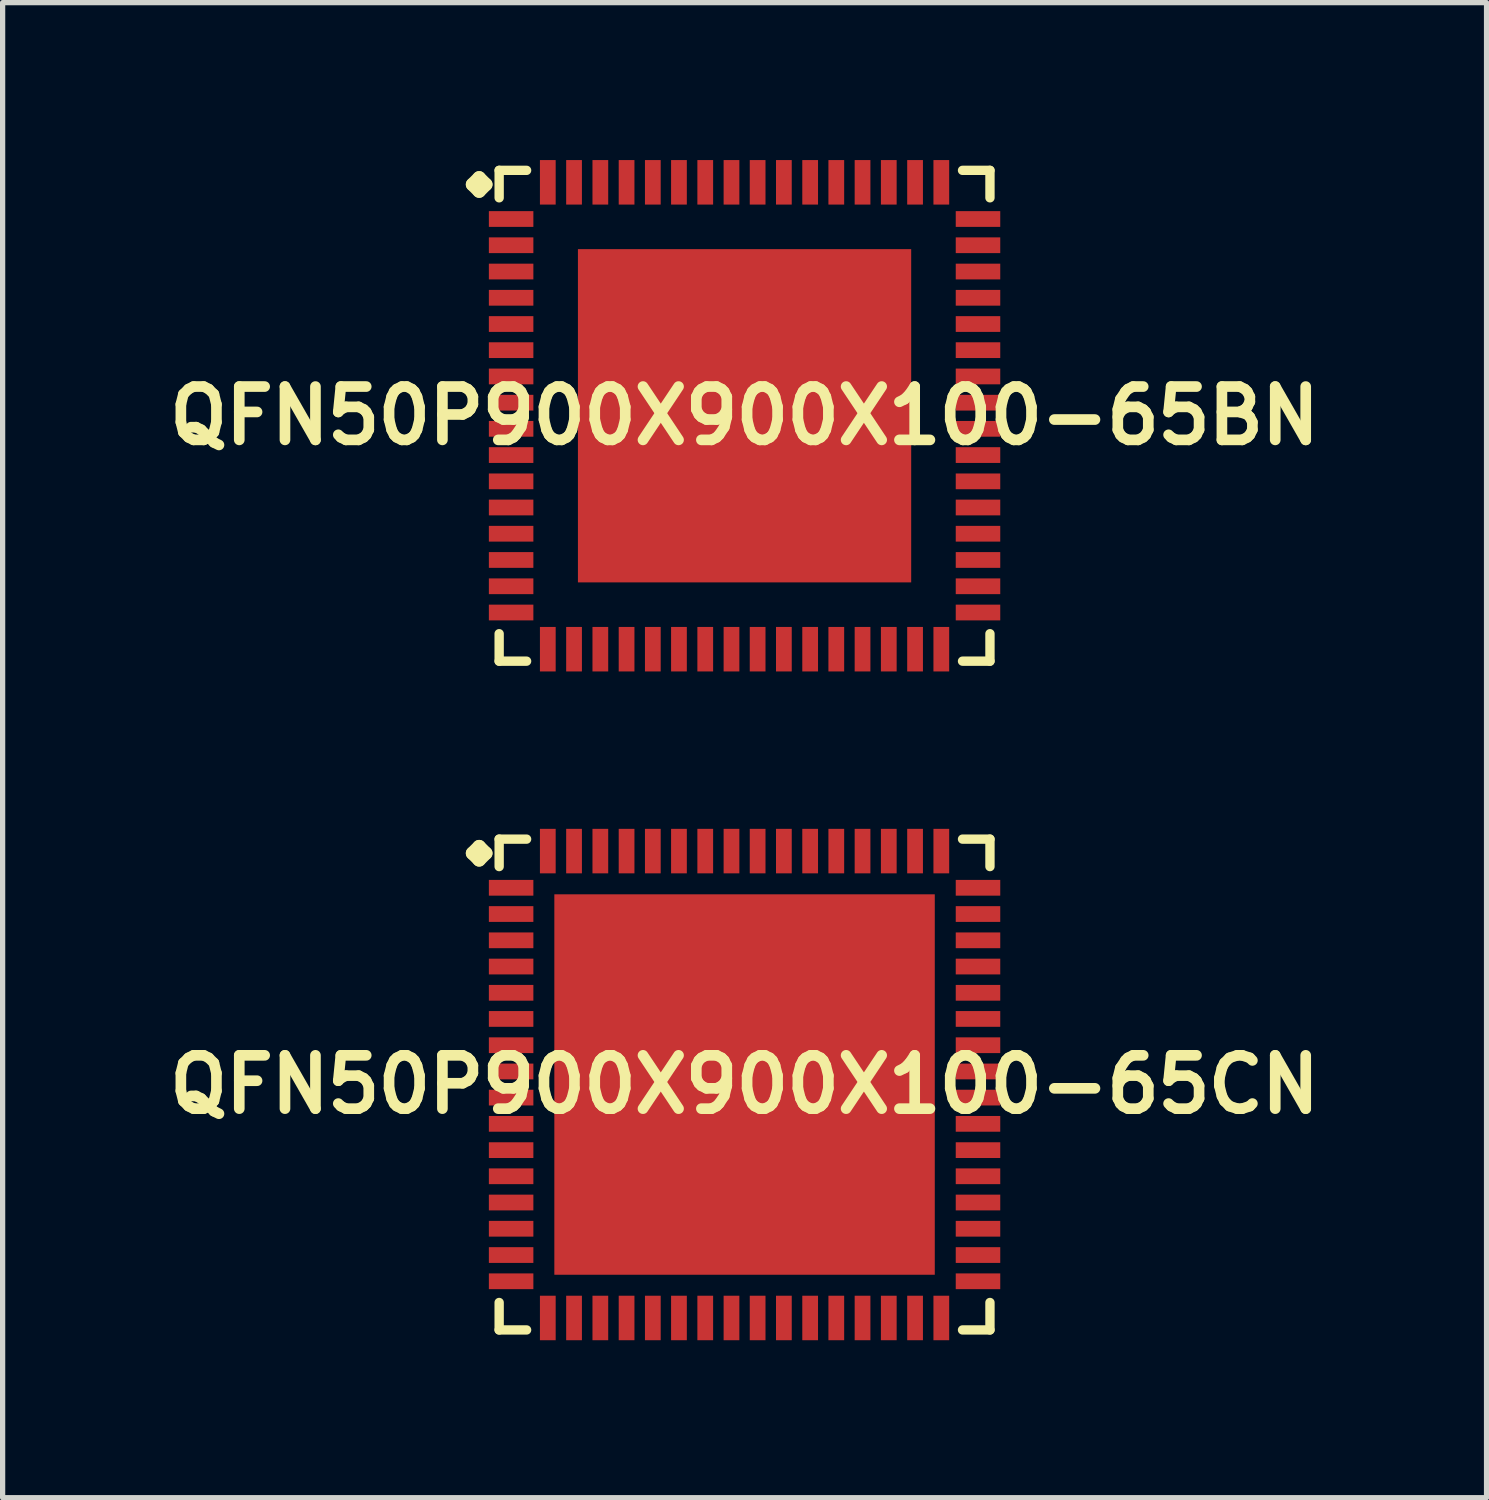
<source format=kicad_pcb>
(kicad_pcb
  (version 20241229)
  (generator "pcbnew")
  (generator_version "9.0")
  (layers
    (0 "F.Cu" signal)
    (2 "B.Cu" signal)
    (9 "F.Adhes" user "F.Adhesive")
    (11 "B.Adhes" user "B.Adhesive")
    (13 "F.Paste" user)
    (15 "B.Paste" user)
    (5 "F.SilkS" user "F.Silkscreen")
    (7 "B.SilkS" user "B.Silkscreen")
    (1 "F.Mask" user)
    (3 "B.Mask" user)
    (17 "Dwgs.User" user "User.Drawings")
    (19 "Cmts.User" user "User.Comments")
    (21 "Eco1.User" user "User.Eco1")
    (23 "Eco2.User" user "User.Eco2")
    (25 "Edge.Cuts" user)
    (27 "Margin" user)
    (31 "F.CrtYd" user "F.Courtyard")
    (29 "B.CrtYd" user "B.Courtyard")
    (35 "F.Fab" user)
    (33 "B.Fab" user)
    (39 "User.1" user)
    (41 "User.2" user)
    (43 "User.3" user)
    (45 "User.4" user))
  (footprint "QFN50P900X900X100-65CN"
    (layer "F.Cu")
    (at 11.137 17.615)
    (property "Reference" "QFN50P900X900X100-65CN" (at 0 0 0) (layer "F.SilkS") (effects (font (size 1.016 1.016) (thickness 0.203))))
    (attr smd)
    (fp_line (start -5.184 -4.407) (end -5.057 -4.534) (stroke (width 0.254) (type solid)) (layer "F.SilkS"))
    (fp_line (start -5.057 -4.534) (end -4.93 -4.407) (stroke (width 0.254) (type solid)) (layer "F.SilkS"))
    (fp_line (start -5.057 -4.28) (end -5.184 -4.407) (stroke (width 0.254) (type solid)) (layer "F.SilkS"))
    (fp_line (start -4.93 -4.407) (end -5.057 -4.28) (stroke (width 0.254) (type solid)) (layer "F.SilkS"))
    (fp_line (start -4.676 -4.676) (end -4.153 -4.676) (stroke (width 0.178) (type solid)) (layer "F.SilkS"))
    (fp_line (start -4.676 -4.153) (end -4.676 -4.676) (stroke (width 0.178) (type solid)) (layer "F.SilkS"))
    (fp_line (start -4.676 4.153) (end -4.676 4.676) (stroke (width 0.178) (type solid)) (layer "F.SilkS"))
    (fp_line (start -4.676 4.676) (end -4.153 4.676) (stroke (width 0.178) (type solid)) (layer "F.SilkS"))
    (fp_line (start 4.153 -4.676) (end 4.676 -4.676) (stroke (width 0.178) (type solid)) (layer "F.SilkS"))
    (fp_line (start 4.153 4.676) (end 4.676 4.676) (stroke (width 0.178) (type solid)) (layer "F.SilkS"))
    (fp_line (start 4.676 -4.676) (end 4.676 -4.153) (stroke (width 0.178) (type solid)) (layer "F.SilkS"))
    (fp_line (start 4.676 4.676) (end 4.676 4.153) (stroke (width 0.178) (type solid)) (layer "F.SilkS"))
    (pad "1" smd rect (at -4.448 -3.749) (size 0.848 0.3) (layers "F.Cu" "F.Mask" "F.Paste"))
    (pad "2" smd rect (at -4.448 -3.249) (size 0.848 0.3) (layers "F.Cu" "F.Mask" "F.Paste"))
    (pad "3" smd rect (at -4.448 -2.748) (size 0.848 0.3) (layers "F.Cu" "F.Mask" "F.Paste"))
    (pad "4" smd rect (at -4.448 -2.248) (size 0.848 0.3) (layers "F.Cu" "F.Mask" "F.Paste"))
    (pad "5" smd rect (at -4.448 -1.748) (size 0.848 0.3) (layers "F.Cu" "F.Mask" "F.Paste"))
    (pad "6" smd rect (at -4.448 -1.25) (size 0.848 0.3) (layers "F.Cu" "F.Mask" "F.Paste"))
    (pad "7" smd rect (at -4.448 -0.749) (size 0.848 0.3) (layers "F.Cu" "F.Mask" "F.Paste"))
    (pad "8" smd rect (at -4.448 -0.249) (size 0.848 0.3) (layers "F.Cu" "F.Mask" "F.Paste"))
    (pad "9" smd rect (at -4.448 0.249) (size 0.848 0.3) (layers "F.Cu" "F.Mask" "F.Paste"))
    (pad "10" smd rect (at -4.448 0.749) (size 0.848 0.3) (layers "F.Cu" "F.Mask" "F.Paste"))
    (pad "11" smd rect (at -4.448 1.25) (size 0.848 0.3) (layers "F.Cu" "F.Mask" "F.Paste"))
    (pad "12" smd rect (at -4.448 1.748) (size 0.848 0.3) (layers "F.Cu" "F.Mask" "F.Paste"))
    (pad "13" smd rect (at -4.448 2.248) (size 0.848 0.3) (layers "F.Cu" "F.Mask" "F.Paste"))
    (pad "14" smd rect (at -4.448 2.748) (size 0.848 0.3) (layers "F.Cu" "F.Mask" "F.Paste"))
    (pad "15" smd rect (at -4.448 3.249) (size 0.848 0.3) (layers "F.Cu" "F.Mask" "F.Paste"))
    (pad "16" smd rect (at -4.448 3.749) (size 0.848 0.3) (layers "F.Cu" "F.Mask" "F.Paste"))
    (pad "17" smd rect (at -3.749 4.448) (size 0.3 0.848) (layers "F.Cu" "F.Mask" "F.Paste"))
    (pad "18" smd rect (at -3.249 4.448) (size 0.3 0.848) (layers "F.Cu" "F.Mask" "F.Paste"))
    (pad "19" smd rect (at -2.748 4.448) (size 0.3 0.848) (layers "F.Cu" "F.Mask" "F.Paste"))
    (pad "20" smd rect (at -2.248 4.448) (size 0.3 0.848) (layers "F.Cu" "F.Mask" "F.Paste"))
    (pad "21" smd rect (at -1.748 4.448) (size 0.3 0.848) (layers "F.Cu" "F.Mask" "F.Paste"))
    (pad "22" smd rect (at -1.25 4.448) (size 0.3 0.848) (layers "F.Cu" "F.Mask" "F.Paste"))
    (pad "23" smd rect (at -0.749 4.448) (size 0.3 0.848) (layers "F.Cu" "F.Mask" "F.Paste"))
    (pad "24" smd rect (at -0.249 4.448) (size 0.3 0.848) (layers "F.Cu" "F.Mask" "F.Paste"))
    (pad "25" smd rect (at 0.249 4.448) (size 0.3 0.848) (layers "F.Cu" "F.Mask" "F.Paste"))
    (pad "26" smd rect (at 0.749 4.448) (size 0.3 0.848) (layers "F.Cu" "F.Mask" "F.Paste"))
    (pad "27" smd rect (at 1.25 4.448) (size 0.3 0.848) (layers "F.Cu" "F.Mask" "F.Paste"))
    (pad "28" smd rect (at 1.748 4.448) (size 0.3 0.848) (layers "F.Cu" "F.Mask" "F.Paste"))
    (pad "29" smd rect (at 2.248 4.448) (size 0.3 0.848) (layers "F.Cu" "F.Mask" "F.Paste"))
    (pad "30" smd rect (at 2.748 4.448) (size 0.3 0.848) (layers "F.Cu" "F.Mask" "F.Paste"))
    (pad "31" smd rect (at 3.249 4.448) (size 0.3 0.848) (layers "F.Cu" "F.Mask" "F.Paste"))
    (pad "32" smd rect (at 3.749 4.448) (size 0.3 0.848) (layers "F.Cu" "F.Mask" "F.Paste"))
    (pad "33" smd rect (at 4.448 3.749) (size 0.848 0.3) (layers "F.Cu" "F.Mask" "F.Paste"))
    (pad "34" smd rect (at 4.448 3.249) (size 0.848 0.3) (layers "F.Cu" "F.Mask" "F.Paste"))
    (pad "35" smd rect (at 4.448 2.748) (size 0.848 0.3) (layers "F.Cu" "F.Mask" "F.Paste"))
    (pad "36" smd rect (at 4.448 2.248) (size 0.848 0.3) (layers "F.Cu" "F.Mask" "F.Paste"))
    (pad "37" smd rect (at 4.448 1.748) (size 0.848 0.3) (layers "F.Cu" "F.Mask" "F.Paste"))
    (pad "38" smd rect (at 4.448 1.25) (size 0.848 0.3) (layers "F.Cu" "F.Mask" "F.Paste"))
    (pad "39" smd rect (at 4.448 0.749) (size 0.848 0.3) (layers "F.Cu" "F.Mask" "F.Paste"))
    (pad "40" smd rect (at 4.448 0.249) (size 0.848 0.3) (layers "F.Cu" "F.Mask" "F.Paste"))
    (pad "41" smd rect (at 4.448 -0.249) (size 0.848 0.3) (layers "F.Cu" "F.Mask" "F.Paste"))
    (pad "42" smd rect (at 4.448 -0.749) (size 0.848 0.3) (layers "F.Cu" "F.Mask" "F.Paste"))
    (pad "43" smd rect (at 4.448 -1.25) (size 0.848 0.3) (layers "F.Cu" "F.Mask" "F.Paste"))
    (pad "44" smd rect (at 4.448 -1.748) (size 0.848 0.3) (layers "F.Cu" "F.Mask" "F.Paste"))
    (pad "45" smd rect (at 4.448 -2.248) (size 0.848 0.3) (layers "F.Cu" "F.Mask" "F.Paste"))
    (pad "46" smd rect (at 4.448 -2.748) (size 0.848 0.3) (layers "F.Cu" "F.Mask" "F.Paste"))
    (pad "47" smd rect (at 4.448 -3.249) (size 0.848 0.3) (layers "F.Cu" "F.Mask" "F.Paste"))
    (pad "48" smd rect (at 4.448 -3.749) (size 0.848 0.3) (layers "F.Cu" "F.Mask" "F.Paste"))
    (pad "49" smd rect (at 3.749 -4.448) (size 0.3 0.848) (layers "F.Cu" "F.Mask" "F.Paste"))
    (pad "50" smd rect (at 3.249 -4.448) (size 0.3 0.848) (layers "F.Cu" "F.Mask" "F.Paste"))
    (pad "51" smd rect (at 2.748 -4.448) (size 0.3 0.848) (layers "F.Cu" "F.Mask" "F.Paste"))
    (pad "52" smd rect (at 2.248 -4.448) (size 0.3 0.848) (layers "F.Cu" "F.Mask" "F.Paste"))
    (pad "53" smd rect (at 1.748 -4.448) (size 0.3 0.848) (layers "F.Cu" "F.Mask" "F.Paste"))
    (pad "54" smd rect (at 1.25 -4.448) (size 0.3 0.848) (layers "F.Cu" "F.Mask" "F.Paste"))
    (pad "55" smd rect (at 0.749 -4.448) (size 0.3 0.848) (layers "F.Cu" "F.Mask" "F.Paste"))
    (pad "56" smd rect (at 0.249 -4.448) (size 0.3 0.848) (layers "F.Cu" "F.Mask" "F.Paste"))
    (pad "57" smd rect (at -0.249 -4.448) (size 0.3 0.848) (layers "F.Cu" "F.Mask" "F.Paste"))
    (pad "58" smd rect (at -0.749 -4.448) (size 0.3 0.848) (layers "F.Cu" "F.Mask" "F.Paste"))
    (pad "59" smd rect (at -1.25 -4.448) (size 0.3 0.848) (layers "F.Cu" "F.Mask" "F.Paste"))
    (pad "60" smd rect (at -1.748 -4.448) (size 0.3 0.848) (layers "F.Cu" "F.Mask" "F.Paste"))
    (pad "61" smd rect (at -2.248 -4.448) (size 0.3 0.848) (layers "F.Cu" "F.Mask" "F.Paste"))
    (pad "62" smd rect (at -2.748 -4.448) (size 0.3 0.848) (layers "F.Cu" "F.Mask" "F.Paste"))
    (pad "63" smd rect (at -3.249 -4.448) (size 0.3 0.848) (layers "F.Cu" "F.Mask" "F.Paste"))
    (pad "64" smd rect (at -3.749 -4.448) (size 0.3 0.848) (layers "F.Cu" "F.Mask" "F.Paste"))
    (pad "65" smd rect (at 0 0) (size 7.249 7.249) (layers "F.Cu" "F.Mask" "F.Paste")))
  (footprint "QFN50P900X900X100-65BN"
    (layer "F.Cu")
    (at 11.137 4.872)
    (property "Reference" "QFN50P900X900X100-65BN" (at 0 0 0) (layer "F.SilkS") (effects (font (size 1.016 1.016) (thickness 0.203))))
    (attr smd)
    (fp_line (start -5.184 -4.407) (end -5.057 -4.534) (stroke (width 0.254) (type solid)) (layer "F.SilkS"))
    (fp_line (start -5.057 -4.534) (end -4.93 -4.407) (stroke (width 0.254) (type solid)) (layer "F.SilkS"))
    (fp_line (start -5.057 -4.28) (end -5.184 -4.407) (stroke (width 0.254) (type solid)) (layer "F.SilkS"))
    (fp_line (start -4.93 -4.407) (end -5.057 -4.28) (stroke (width 0.254) (type solid)) (layer "F.SilkS"))
    (fp_line (start -4.676 -4.676) (end -4.153 -4.676) (stroke (width 0.178) (type solid)) (layer "F.SilkS"))
    (fp_line (start -4.676 -4.153) (end -4.676 -4.676) (stroke (width 0.178) (type solid)) (layer "F.SilkS"))
    (fp_line (start -4.676 4.153) (end -4.676 4.676) (stroke (width 0.178) (type solid)) (layer "F.SilkS"))
    (fp_line (start -4.676 4.676) (end -4.153 4.676) (stroke (width 0.178) (type solid)) (layer "F.SilkS"))
    (fp_line (start 4.153 -4.676) (end 4.676 -4.676) (stroke (width 0.178) (type solid)) (layer "F.SilkS"))
    (fp_line (start 4.153 4.676) (end 4.676 4.676) (stroke (width 0.178) (type solid)) (layer "F.SilkS"))
    (fp_line (start 4.676 -4.676) (end 4.676 -4.153) (stroke (width 0.178) (type solid)) (layer "F.SilkS"))
    (fp_line (start 4.676 4.676) (end 4.676 4.153) (stroke (width 0.178) (type solid)) (layer "F.SilkS"))
    (pad "1" smd rect (at -4.448 -3.749) (size 0.848 0.3) (layers "F.Cu" "F.Mask" "F.Paste"))
    (pad "2" smd rect (at -4.448 -3.249) (size 0.848 0.3) (layers "F.Cu" "F.Mask" "F.Paste"))
    (pad "3" smd rect (at -4.448 -2.748) (size 0.848 0.3) (layers "F.Cu" "F.Mask" "F.Paste"))
    (pad "4" smd rect (at -4.448 -2.248) (size 0.848 0.3) (layers "F.Cu" "F.Mask" "F.Paste"))
    (pad "5" smd rect (at -4.448 -1.748) (size 0.848 0.3) (layers "F.Cu" "F.Mask" "F.Paste"))
    (pad "6" smd rect (at -4.448 -1.25) (size 0.848 0.3) (layers "F.Cu" "F.Mask" "F.Paste"))
    (pad "7" smd rect (at -4.448 -0.749) (size 0.848 0.3) (layers "F.Cu" "F.Mask" "F.Paste"))
    (pad "8" smd rect (at -4.448 -0.249) (size 0.848 0.3) (layers "F.Cu" "F.Mask" "F.Paste"))
    (pad "9" smd rect (at -4.448 0.249) (size 0.848 0.3) (layers "F.Cu" "F.Mask" "F.Paste"))
    (pad "10" smd rect (at -4.448 0.749) (size 0.848 0.3) (layers "F.Cu" "F.Mask" "F.Paste"))
    (pad "11" smd rect (at -4.448 1.25) (size 0.848 0.3) (layers "F.Cu" "F.Mask" "F.Paste"))
    (pad "12" smd rect (at -4.448 1.748) (size 0.848 0.3) (layers "F.Cu" "F.Mask" "F.Paste"))
    (pad "13" smd rect (at -4.448 2.248) (size 0.848 0.3) (layers "F.Cu" "F.Mask" "F.Paste"))
    (pad "14" smd rect (at -4.448 2.748) (size 0.848 0.3) (layers "F.Cu" "F.Mask" "F.Paste"))
    (pad "15" smd rect (at -4.448 3.249) (size 0.848 0.3) (layers "F.Cu" "F.Mask" "F.Paste"))
    (pad "16" smd rect (at -4.448 3.749) (size 0.848 0.3) (layers "F.Cu" "F.Mask" "F.Paste"))
    (pad "17" smd rect (at -3.749 4.448) (size 0.3 0.848) (layers "F.Cu" "F.Mask" "F.Paste"))
    (pad "18" smd rect (at -3.249 4.448) (size 0.3 0.848) (layers "F.Cu" "F.Mask" "F.Paste"))
    (pad "19" smd rect (at -2.748 4.448) (size 0.3 0.848) (layers "F.Cu" "F.Mask" "F.Paste"))
    (pad "20" smd rect (at -2.248 4.448) (size 0.3 0.848) (layers "F.Cu" "F.Mask" "F.Paste"))
    (pad "21" smd rect (at -1.748 4.448) (size 0.3 0.848) (layers "F.Cu" "F.Mask" "F.Paste"))
    (pad "22" smd rect (at -1.25 4.448) (size 0.3 0.848) (layers "F.Cu" "F.Mask" "F.Paste"))
    (pad "23" smd rect (at -0.749 4.448) (size 0.3 0.848) (layers "F.Cu" "F.Mask" "F.Paste"))
    (pad "24" smd rect (at -0.249 4.448) (size 0.3 0.848) (layers "F.Cu" "F.Mask" "F.Paste"))
    (pad "25" smd rect (at 0.249 4.448) (size 0.3 0.848) (layers "F.Cu" "F.Mask" "F.Paste"))
    (pad "26" smd rect (at 0.749 4.448) (size 0.3 0.848) (layers "F.Cu" "F.Mask" "F.Paste"))
    (pad "27" smd rect (at 1.25 4.448) (size 0.3 0.848) (layers "F.Cu" "F.Mask" "F.Paste"))
    (pad "28" smd rect (at 1.748 4.448) (size 0.3 0.848) (layers "F.Cu" "F.Mask" "F.Paste"))
    (pad "29" smd rect (at 2.248 4.448) (size 0.3 0.848) (layers "F.Cu" "F.Mask" "F.Paste"))
    (pad "30" smd rect (at 2.748 4.448) (size 0.3 0.848) (layers "F.Cu" "F.Mask" "F.Paste"))
    (pad "31" smd rect (at 3.249 4.448) (size 0.3 0.848) (layers "F.Cu" "F.Mask" "F.Paste"))
    (pad "32" smd rect (at 3.749 4.448) (size 0.3 0.848) (layers "F.Cu" "F.Mask" "F.Paste"))
    (pad "33" smd rect (at 4.448 3.749) (size 0.848 0.3) (layers "F.Cu" "F.Mask" "F.Paste"))
    (pad "34" smd rect (at 4.448 3.249) (size 0.848 0.3) (layers "F.Cu" "F.Mask" "F.Paste"))
    (pad "35" smd rect (at 4.448 2.748) (size 0.848 0.3) (layers "F.Cu" "F.Mask" "F.Paste"))
    (pad "36" smd rect (at 4.448 2.248) (size 0.848 0.3) (layers "F.Cu" "F.Mask" "F.Paste"))
    (pad "37" smd rect (at 4.448 1.748) (size 0.848 0.3) (layers "F.Cu" "F.Mask" "F.Paste"))
    (pad "38" smd rect (at 4.448 1.25) (size 0.848 0.3) (layers "F.Cu" "F.Mask" "F.Paste"))
    (pad "39" smd rect (at 4.448 0.749) (size 0.848 0.3) (layers "F.Cu" "F.Mask" "F.Paste"))
    (pad "40" smd rect (at 4.448 0.249) (size 0.848 0.3) (layers "F.Cu" "F.Mask" "F.Paste"))
    (pad "41" smd rect (at 4.448 -0.249) (size 0.848 0.3) (layers "F.Cu" "F.Mask" "F.Paste"))
    (pad "42" smd rect (at 4.448 -0.749) (size 0.848 0.3) (layers "F.Cu" "F.Mask" "F.Paste"))
    (pad "43" smd rect (at 4.448 -1.25) (size 0.848 0.3) (layers "F.Cu" "F.Mask" "F.Paste"))
    (pad "44" smd rect (at 4.448 -1.748) (size 0.848 0.3) (layers "F.Cu" "F.Mask" "F.Paste"))
    (pad "45" smd rect (at 4.448 -2.248) (size 0.848 0.3) (layers "F.Cu" "F.Mask" "F.Paste"))
    (pad "46" smd rect (at 4.448 -2.748) (size 0.848 0.3) (layers "F.Cu" "F.Mask" "F.Paste"))
    (pad "47" smd rect (at 4.448 -3.249) (size 0.848 0.3) (layers "F.Cu" "F.Mask" "F.Paste"))
    (pad "48" smd rect (at 4.448 -3.749) (size 0.848 0.3) (layers "F.Cu" "F.Mask" "F.Paste"))
    (pad "49" smd rect (at 3.749 -4.448) (size 0.3 0.848) (layers "F.Cu" "F.Mask" "F.Paste"))
    (pad "50" smd rect (at 3.249 -4.448) (size 0.3 0.848) (layers "F.Cu" "F.Mask" "F.Paste"))
    (pad "51" smd rect (at 2.748 -4.448) (size 0.3 0.848) (layers "F.Cu" "F.Mask" "F.Paste"))
    (pad "52" smd rect (at 2.248 -4.448) (size 0.3 0.848) (layers "F.Cu" "F.Mask" "F.Paste"))
    (pad "53" smd rect (at 1.748 -4.448) (size 0.3 0.848) (layers "F.Cu" "F.Mask" "F.Paste"))
    (pad "54" smd rect (at 1.25 -4.448) (size 0.3 0.848) (layers "F.Cu" "F.Mask" "F.Paste"))
    (pad "55" smd rect (at 0.749 -4.448) (size 0.3 0.848) (layers "F.Cu" "F.Mask" "F.Paste"))
    (pad "56" smd rect (at 0.249 -4.448) (size 0.3 0.848) (layers "F.Cu" "F.Mask" "F.Paste"))
    (pad "57" smd rect (at -0.249 -4.448) (size 0.3 0.848) (layers "F.Cu" "F.Mask" "F.Paste"))
    (pad "58" smd rect (at -0.749 -4.448) (size 0.3 0.848) (layers "F.Cu" "F.Mask" "F.Paste"))
    (pad "59" smd rect (at -1.25 -4.448) (size 0.3 0.848) (layers "F.Cu" "F.Mask" "F.Paste"))
    (pad "60" smd rect (at -1.748 -4.448) (size 0.3 0.848) (layers "F.Cu" "F.Mask" "F.Paste"))
    (pad "61" smd rect (at -2.248 -4.448) (size 0.3 0.848) (layers "F.Cu" "F.Mask" "F.Paste"))
    (pad "62" smd rect (at -2.748 -4.448) (size 0.3 0.848) (layers "F.Cu" "F.Mask" "F.Paste"))
    (pad "63" smd rect (at -3.249 -4.448) (size 0.3 0.848) (layers "F.Cu" "F.Mask" "F.Paste"))
    (pad "64" smd rect (at -3.749 -4.448) (size 0.3 0.848) (layers "F.Cu" "F.Mask" "F.Paste"))
    (pad "65" smd rect (at 0 0) (size 6.35 6.35) (layers "F.Cu" "F.Mask" "F.Paste")))
  (gr_rect
    (start -3 -3)
    (end 25.275 25.487)
    (stroke (width 0.1) (type default))
    (fill no)
    (layer "Edge.Cuts")))
</source>
